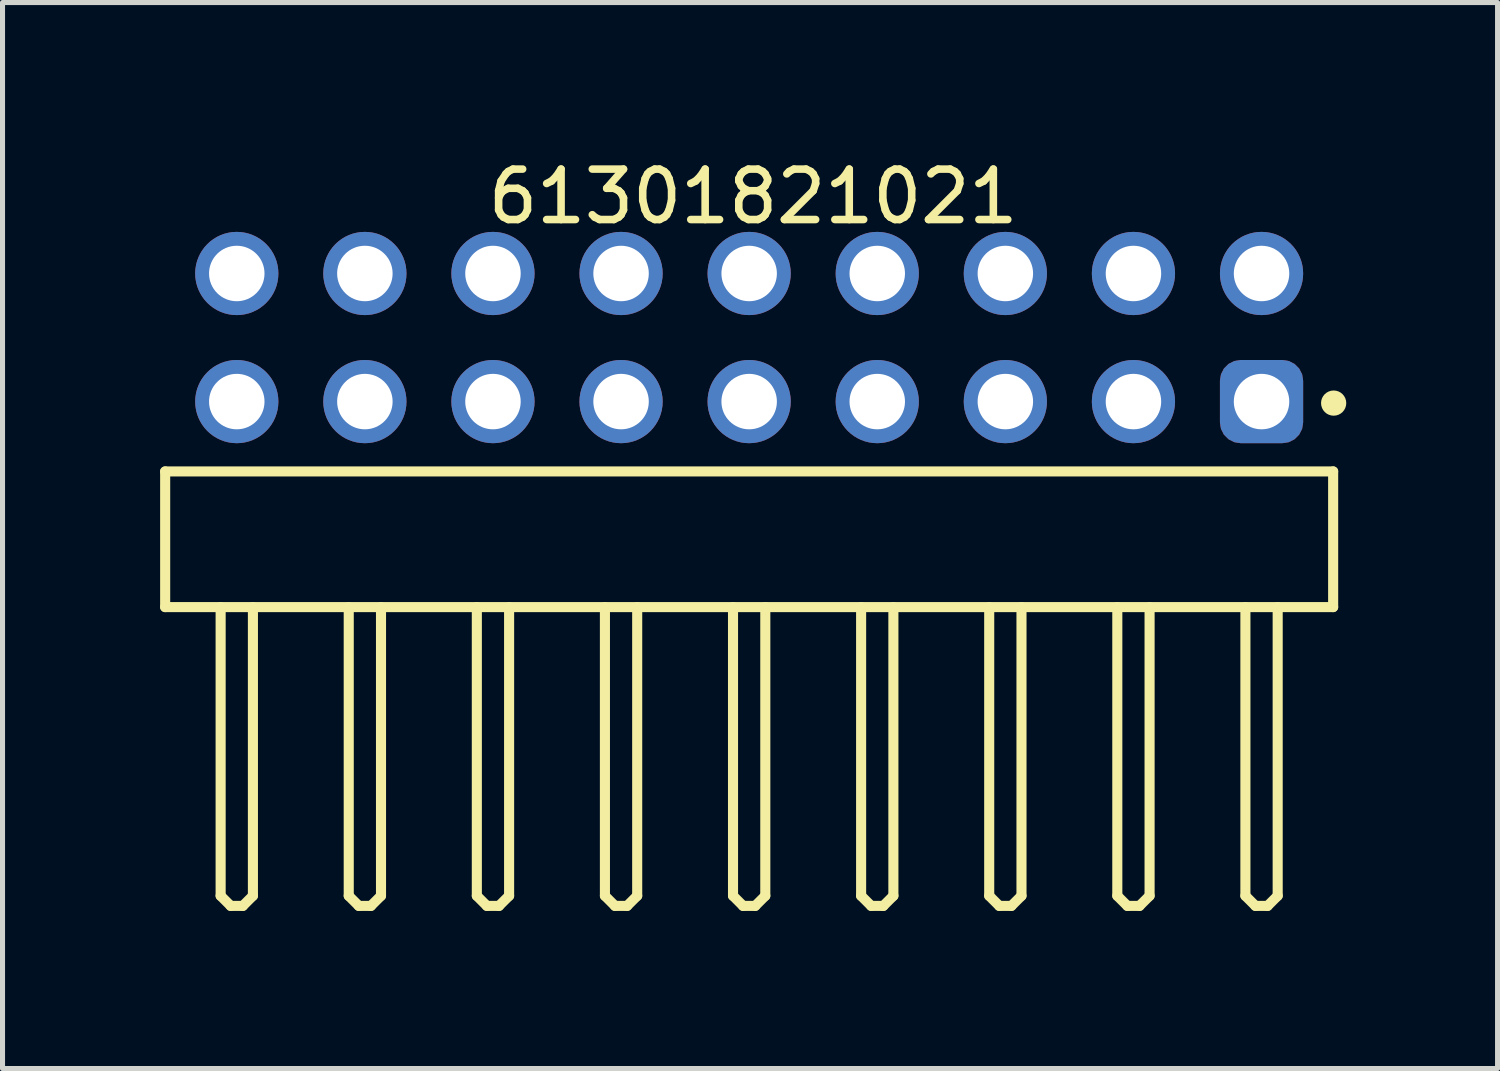
<source format=kicad_pcb>
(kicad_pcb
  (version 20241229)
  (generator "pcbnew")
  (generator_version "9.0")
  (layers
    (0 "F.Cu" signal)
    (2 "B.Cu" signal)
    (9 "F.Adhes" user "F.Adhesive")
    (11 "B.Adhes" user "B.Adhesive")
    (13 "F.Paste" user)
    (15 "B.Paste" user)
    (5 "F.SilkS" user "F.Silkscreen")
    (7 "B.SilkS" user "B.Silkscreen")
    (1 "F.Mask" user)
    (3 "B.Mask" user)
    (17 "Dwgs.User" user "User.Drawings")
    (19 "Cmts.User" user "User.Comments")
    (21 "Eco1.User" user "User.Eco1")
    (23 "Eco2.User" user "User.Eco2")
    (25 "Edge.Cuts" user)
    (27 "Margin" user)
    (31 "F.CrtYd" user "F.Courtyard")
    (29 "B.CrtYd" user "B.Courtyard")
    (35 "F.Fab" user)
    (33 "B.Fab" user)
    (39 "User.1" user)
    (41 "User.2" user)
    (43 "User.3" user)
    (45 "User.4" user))
  (footprint "61301821021"
    (layer "F.Cu")
    (at 11.805 7.643)
    (property "Reference" "61301821021" (at 0.08 -6.795 0) (layer "F.SilkS") (effects (font (size 1 1) (thickness 0.15))))
    (fp_line (start -11.58 -1.345) (end 11.58 -1.345) (stroke (width 0.2) (type solid)) (layer "F.SilkS"))
    (fp_line (start -11.58 1.345) (end -11.58 -1.345) (stroke (width 0.2) (type solid)) (layer "F.SilkS"))
    (fp_line (start -11.58 1.345) (end 11.58 1.345) (stroke (width 0.2) (type solid)) (layer "F.SilkS"))
    (fp_line (start -10.48 7.07) (end -10.48 1.345) (stroke (width 0.2) (type solid)) (layer "F.SilkS"))
    (fp_line (start -10.48 7.07) (end -10.28 7.27) (stroke (width 0.2) (type solid)) (layer "F.SilkS"))
    (fp_line (start -10.28 7.27) (end -10.04 7.27) (stroke (width 0.2) (type solid)) (layer "F.SilkS"))
    (fp_line (start -10.04 7.27) (end -9.84 7.07) (stroke (width 0.2) (type solid)) (layer "F.SilkS"))
    (fp_line (start -9.84 7.07) (end -9.84 1.345) (stroke (width 0.2) (type solid)) (layer "F.SilkS"))
    (fp_line (start -7.94 7.07) (end -7.94 1.345) (stroke (width 0.2) (type solid)) (layer "F.SilkS"))
    (fp_line (start -7.94 7.07) (end -7.74 7.27) (stroke (width 0.2) (type solid)) (layer "F.SilkS"))
    (fp_line (start -7.74 7.27) (end -7.5 7.27) (stroke (width 0.2) (type solid)) (layer "F.SilkS"))
    (fp_line (start -7.5 7.27) (end -7.3 7.07) (stroke (width 0.2) (type solid)) (layer "F.SilkS"))
    (fp_line (start -7.3 7.07) (end -7.3 1.345) (stroke (width 0.2) (type solid)) (layer "F.SilkS"))
    (fp_line (start -5.4 7.07) (end -5.4 1.345) (stroke (width 0.2) (type solid)) (layer "F.SilkS"))
    (fp_line (start -5.4 7.07) (end -5.2 7.27) (stroke (width 0.2) (type solid)) (layer "F.SilkS"))
    (fp_line (start -5.2 7.27) (end -4.96 7.27) (stroke (width 0.2) (type solid)) (layer "F.SilkS"))
    (fp_line (start -4.96 7.27) (end -4.76 7.07) (stroke (width 0.2) (type solid)) (layer "F.SilkS"))
    (fp_line (start -4.76 7.07) (end -4.76 1.345) (stroke (width 0.2) (type solid)) (layer "F.SilkS"))
    (fp_line (start -2.86 7.07) (end -2.86 1.345) (stroke (width 0.2) (type solid)) (layer "F.SilkS"))
    (fp_line (start -2.86 7.07) (end -2.66 7.27) (stroke (width 0.2) (type solid)) (layer "F.SilkS"))
    (fp_line (start -2.66 7.27) (end -2.42 7.27) (stroke (width 0.2) (type solid)) (layer "F.SilkS"))
    (fp_line (start -2.42 7.27) (end -2.22 7.07) (stroke (width 0.2) (type solid)) (layer "F.SilkS"))
    (fp_line (start -2.22 7.07) (end -2.22 1.345) (stroke (width 0.2) (type solid)) (layer "F.SilkS"))
    (fp_line (start -0.32 7.07) (end -0.32 1.345) (stroke (width 0.2) (type solid)) (layer "F.SilkS"))
    (fp_line (start -0.32 7.07) (end -0.12 7.27) (stroke (width 0.2) (type solid)) (layer "F.SilkS"))
    (fp_line (start -0.12 7.27) (end 0.12 7.27) (stroke (width 0.2) (type solid)) (layer "F.SilkS"))
    (fp_line (start 0.12 7.27) (end 0.32 7.07) (stroke (width 0.2) (type solid)) (layer "F.SilkS"))
    (fp_line (start 0.32 7.07) (end 0.32 1.345) (stroke (width 0.2) (type solid)) (layer "F.SilkS"))
    (fp_line (start 2.22 7.07) (end 2.22 1.345) (stroke (width 0.2) (type solid)) (layer "F.SilkS"))
    (fp_line (start 2.22 7.07) (end 2.42 7.27) (stroke (width 0.2) (type solid)) (layer "F.SilkS"))
    (fp_line (start 2.42 7.27) (end 2.66 7.27) (stroke (width 0.2) (type solid)) (layer "F.SilkS"))
    (fp_line (start 2.66 7.27) (end 2.86 7.07) (stroke (width 0.2) (type solid)) (layer "F.SilkS"))
    (fp_line (start 2.86 7.07) (end 2.86 1.345) (stroke (width 0.2) (type solid)) (layer "F.SilkS"))
    (fp_line (start 4.76 7.07) (end 4.76 1.345) (stroke (width 0.2) (type solid)) (layer "F.SilkS"))
    (fp_line (start 4.76 7.07) (end 4.96 7.27) (stroke (width 0.2) (type solid)) (layer "F.SilkS"))
    (fp_line (start 4.96 7.27) (end 5.2 7.27) (stroke (width 0.2) (type solid)) (layer "F.SilkS"))
    (fp_line (start 5.2 7.27) (end 5.4 7.07) (stroke (width 0.2) (type solid)) (layer "F.SilkS"))
    (fp_line (start 5.4 7.07) (end 5.4 1.345) (stroke (width 0.2) (type solid)) (layer "F.SilkS"))
    (fp_line (start 7.3 7.07) (end 7.3 1.345) (stroke (width 0.2) (type solid)) (layer "F.SilkS"))
    (fp_line (start 7.3 7.07) (end 7.5 7.27) (stroke (width 0.2) (type solid)) (layer "F.SilkS"))
    (fp_line (start 7.5 7.27) (end 7.74 7.27) (stroke (width 0.2) (type solid)) (layer "F.SilkS"))
    (fp_line (start 7.74 7.27) (end 7.94 7.07) (stroke (width 0.2) (type solid)) (layer "F.SilkS"))
    (fp_line (start 7.94 7.07) (end 7.94 1.345) (stroke (width 0.2) (type solid)) (layer "F.SilkS"))
    (fp_line (start 9.84 7.07) (end 9.84 1.345) (stroke (width 0.2) (type solid)) (layer "F.SilkS"))
    (fp_line (start 9.84 7.07) (end 10.04 7.27) (stroke (width 0.2) (type solid)) (layer "F.SilkS"))
    (fp_line (start 10.04 7.27) (end 10.28 7.27) (stroke (width 0.2) (type solid)) (layer "F.SilkS"))
    (fp_line (start 10.28 7.27) (end 10.48 7.07) (stroke (width 0.2) (type solid)) (layer "F.SilkS"))
    (fp_line (start 10.48 7.07) (end 10.48 1.345) (stroke (width 0.2) (type solid)) (layer "F.SilkS"))
    (fp_line (start 11.58 1.345) (end 11.58 -1.345) (stroke (width 0.2) (type solid)) (layer "F.SilkS"))
    (fp_circle (center 11.59 -2.7) (end 11.59 -2.825) (stroke (width 0.25) (type solid)) (fill no) (layer "F.SilkS"))
    (fp_line (start -11.78 -6.295) (end 11.78 -6.295) (stroke (width 0.05) (type solid)) (layer "Eco2.User"))
    (fp_line (start -11.78 7.47) (end -11.78 -6.295) (stroke (width 0.05) (type solid)) (layer "Eco2.User"))
    (fp_line (start -11.78 7.47) (end 11.78 7.47) (stroke (width 0.05) (type solid)) (layer "Eco2.User"))
    (fp_line (start -11.43 -1.27) (end 11.43 -1.27) (stroke (width 0.1) (type solid)) (layer "Eco2.User"))
    (fp_line (start -11.43 1.27) (end -11.43 -1.27) (stroke (width 0.1) (type solid)) (layer "Eco2.User"))
    (fp_line (start -11.43 1.27) (end 11.43 1.27) (stroke (width 0.1) (type solid)) (layer "Eco2.User"))
    (fp_line (start -10.48 -5.63) (end -9.84 -5.63) (stroke (width 0.1) (type solid)) (layer "Eco2.User"))
    (fp_line (start -10.48 -3.09) (end -9.84 -3.09) (stroke (width 0.1) (type solid)) (layer "Eco2.User"))
    (fp_line (start -10.48 -1.27) (end -10.48 -5.63) (stroke (width 0.1) (type solid)) (layer "Eco2.User"))
    (fp_line (start -10.48 7.07) (end -10.48 1.27) (stroke (width 0.1) (type solid)) (layer "Eco2.User"))
    (fp_line (start -10.48 7.07) (end -10.28 7.27) (stroke (width 0.1) (type solid)) (layer "Eco2.User"))
    (fp_line (start -10.28 7.27) (end -10.04 7.27) (stroke (width 0.1) (type solid)) (layer "Eco2.User"))
    (fp_line (start -10.04 7.27) (end -9.84 7.07) (stroke (width 0.1) (type solid)) (layer "Eco2.User"))
    (fp_line (start -9.84 -1.27) (end -9.84 -5.63) (stroke (width 0.1) (type solid)) (layer "Eco2.User"))
    (fp_line (start -9.84 7.07) (end -9.84 1.27) (stroke (width 0.1) (type solid)) (layer "Eco2.User"))
    (fp_line (start -7.94 -5.63) (end -7.3 -5.63) (stroke (width 0.1) (type solid)) (layer "Eco2.User"))
    (fp_line (start -7.94 -3.09) (end -7.3 -3.09) (stroke (width 0.1) (type solid)) (layer "Eco2.User"))
    (fp_line (start -7.94 -1.27) (end -7.94 -5.63) (stroke (width 0.1) (type solid)) (layer "Eco2.User"))
    (fp_line (start -7.94 7.07) (end -7.94 1.27) (stroke (width 0.1) (type solid)) (layer "Eco2.User"))
    (fp_line (start -7.94 7.07) (end -7.74 7.27) (stroke (width 0.1) (type solid)) (layer "Eco2.User"))
    (fp_line (start -7.74 7.27) (end -7.5 7.27) (stroke (width 0.1) (type solid)) (layer "Eco2.User"))
    (fp_line (start -7.5 7.27) (end -7.3 7.07) (stroke (width 0.1) (type solid)) (layer "Eco2.User"))
    (fp_line (start -7.3 -1.27) (end -7.3 -5.63) (stroke (width 0.1) (type solid)) (layer "Eco2.User"))
    (fp_line (start -7.3 7.07) (end -7.3 1.27) (stroke (width 0.1) (type solid)) (layer "Eco2.User"))
    (fp_line (start -5.4 -5.63) (end -4.76 -5.63) (stroke (width 0.1) (type solid)) (layer "Eco2.User"))
    (fp_line (start -5.4 -3.09) (end -4.76 -3.09) (stroke (width 0.1) (type solid)) (layer "Eco2.User"))
    (fp_line (start -5.4 -1.27) (end -5.4 -5.63) (stroke (width 0.1) (type solid)) (layer "Eco2.User"))
    (fp_line (start -5.4 7.07) (end -5.4 1.27) (stroke (width 0.1) (type solid)) (layer "Eco2.User"))
    (fp_line (start -5.4 7.07) (end -5.2 7.27) (stroke (width 0.1) (type solid)) (layer "Eco2.User"))
    (fp_line (start -5.2 7.27) (end -4.96 7.27) (stroke (width 0.1) (type solid)) (layer "Eco2.User"))
    (fp_line (start -4.96 7.27) (end -4.76 7.07) (stroke (width 0.1) (type solid)) (layer "Eco2.User"))
    (fp_line (start -4.76 -1.27) (end -4.76 -5.63) (stroke (width 0.1) (type solid)) (layer "Eco2.User"))
    (fp_line (start -4.76 7.07) (end -4.76 1.27) (stroke (width 0.1) (type solid)) (layer "Eco2.User"))
    (fp_line (start -2.86 -5.63) (end -2.22 -5.63) (stroke (width 0.1) (type solid)) (layer "Eco2.User"))
    (fp_line (start -2.86 -3.09) (end -2.22 -3.09) (stroke (width 0.1) (type solid)) (layer "Eco2.User"))
    (fp_line (start -2.86 -1.27) (end -2.86 -5.63) (stroke (width 0.1) (type solid)) (layer "Eco2.User"))
    (fp_line (start -2.86 7.07) (end -2.86 1.27) (stroke (width 0.1) (type solid)) (layer "Eco2.User"))
    (fp_line (start -2.86 7.07) (end -2.66 7.27) (stroke (width 0.1) (type solid)) (layer "Eco2.User"))
    (fp_line (start -2.66 7.27) (end -2.42 7.27) (stroke (width 0.1) (type solid)) (layer "Eco2.User"))
    (fp_line (start -2.42 7.27) (end -2.22 7.07) (stroke (width 0.1) (type solid)) (layer "Eco2.User"))
    (fp_line (start -2.22 -1.27) (end -2.22 -5.63) (stroke (width 0.1) (type solid)) (layer "Eco2.User"))
    (fp_line (start -2.22 7.07) (end -2.22 1.27) (stroke (width 0.1) (type solid)) (layer "Eco2.User"))
    (fp_line (start -0.5 0) (end 0.5 0) (stroke (width 0.05) (type solid)) (layer "Eco2.User"))
    (fp_line (start -0.32 -5.63) (end 0.32 -5.63) (stroke (width 0.1) (type solid)) (layer "Eco2.User"))
    (fp_line (start -0.32 -3.09) (end 0.32 -3.09) (stroke (width 0.1) (type solid)) (layer "Eco2.User"))
    (fp_line (start -0.32 -1.27) (end -0.32 -5.63) (stroke (width 0.1) (type solid)) (layer "Eco2.User"))
    (fp_line (start -0.32 7.07) (end -0.32 1.27) (stroke (width 0.1) (type solid)) (layer "Eco2.User"))
    (fp_line (start -0.32 7.07) (end -0.12 7.27) (stroke (width 0.1) (type solid)) (layer "Eco2.User"))
    (fp_line (start -0.12 7.27) (end 0.12 7.27) (stroke (width 0.1) (type solid)) (layer "Eco2.User"))
    (fp_line (start 0 0.5) (end 0 -0.5) (stroke (width 0.05) (type solid)) (layer "Eco2.User"))
    (fp_line (start 0.12 7.27) (end 0.32 7.07) (stroke (width 0.1) (type solid)) (layer "Eco2.User"))
    (fp_line (start 0.32 -1.27) (end 0.32 -5.63) (stroke (width 0.1) (type solid)) (layer "Eco2.User"))
    (fp_line (start 0.32 7.07) (end 0.32 1.27) (stroke (width 0.1) (type solid)) (layer "Eco2.User"))
    (fp_line (start 2.22 -5.63) (end 2.86 -5.63) (stroke (width 0.1) (type solid)) (layer "Eco2.User"))
    (fp_line (start 2.22 -3.09) (end 2.86 -3.09) (stroke (width 0.1) (type solid)) (layer "Eco2.User"))
    (fp_line (start 2.22 -1.27) (end 2.22 -5.63) (stroke (width 0.1) (type solid)) (layer "Eco2.User"))
    (fp_line (start 2.22 7.07) (end 2.22 1.27) (stroke (width 0.1) (type solid)) (layer "Eco2.User"))
    (fp_line (start 2.22 7.07) (end 2.42 7.27) (stroke (width 0.1) (type solid)) (layer "Eco2.User"))
    (fp_line (start 2.42 7.27) (end 2.66 7.27) (stroke (width 0.1) (type solid)) (layer "Eco2.User"))
    (fp_line (start 2.66 7.27) (end 2.86 7.07) (stroke (width 0.1) (type solid)) (layer "Eco2.User"))
    (fp_line (start 2.86 -1.27) (end 2.86 -5.63) (stroke (width 0.1) (type solid)) (layer "Eco2.User"))
    (fp_line (start 2.86 7.07) (end 2.86 1.27) (stroke (width 0.1) (type solid)) (layer "Eco2.User"))
    (fp_line (start 4.76 -5.63) (end 5.4 -5.63) (stroke (width 0.1) (type solid)) (layer "Eco2.User"))
    (fp_line (start 4.76 -3.09) (end 5.4 -3.09) (stroke (width 0.1) (type solid)) (layer "Eco2.User"))
    (fp_line (start 4.76 -3.09) (end 5.4 -3.09) (stroke (width 0.1) (type solid)) (layer "Eco2.User"))
    (fp_line (start 4.76 -1.27) (end 4.76 -5.63) (stroke (width 0.1) (type solid)) (layer "Eco2.User"))
    (fp_line (start 4.76 7.07) (end 4.76 1.27) (stroke (width 0.1) (type solid)) (layer "Eco2.User"))
    (fp_line (start 4.76 7.07) (end 4.96 7.27) (stroke (width 0.1) (type solid)) (layer "Eco2.User"))
    (fp_line (start 4.96 7.27) (end 5.2 7.27) (stroke (width 0.1) (type solid)) (layer "Eco2.User"))
    (fp_line (start 5.2 7.27) (end 5.4 7.07) (stroke (width 0.1) (type solid)) (layer "Eco2.User"))
    (fp_line (start 5.4 -1.27) (end 5.4 -5.63) (stroke (width 0.1) (type solid)) (layer "Eco2.User"))
    (fp_line (start 5.4 7.07) (end 5.4 1.27) (stroke (width 0.1) (type solid)) (layer "Eco2.User"))
    (fp_line (start 7.3 -5.63) (end 7.94 -5.63) (stroke (width 0.1) (type solid)) (layer "Eco2.User"))
    (fp_line (start 7.3 -3.09) (end 7.94 -3.09) (stroke (width 0.1) (type solid)) (layer "Eco2.User"))
    (fp_line (start 7.3 -1.27) (end 7.3 -5.63) (stroke (width 0.1) (type solid)) (layer "Eco2.User"))
    (fp_line (start 7.3 7.07) (end 7.3 1.27) (stroke (width 0.1) (type solid)) (layer "Eco2.User"))
    (fp_line (start 7.3 7.07) (end 7.5 7.27) (stroke (width 0.1) (type solid)) (layer "Eco2.User"))
    (fp_line (start 7.5 7.27) (end 7.74 7.27) (stroke (width 0.1) (type solid)) (layer "Eco2.User"))
    (fp_line (start 7.74 7.27) (end 7.94 7.07) (stroke (width 0.1) (type solid)) (layer "Eco2.User"))
    (fp_line (start 7.94 -1.27) (end 7.94 -5.63) (stroke (width 0.1) (type solid)) (layer "Eco2.User"))
    (fp_line (start 7.94 7.07) (end 7.94 1.27) (stroke (width 0.1) (type solid)) (layer "Eco2.User"))
    (fp_line (start 9.84 -5.63) (end 10.48 -5.63) (stroke (width 0.1) (type solid)) (layer "Eco2.User"))
    (fp_line (start 9.84 -3.09) (end 10.48 -3.09) (stroke (width 0.1) (type solid)) (layer "Eco2.User"))
    (fp_line (start 9.84 -1.27) (end 9.84 -5.63) (stroke (width 0.1) (type solid)) (layer "Eco2.User"))
    (fp_line (start 9.84 7.07) (end 9.84 1.27) (stroke (width 0.1) (type solid)) (layer "Eco2.User"))
    (fp_line (start 9.84 7.07) (end 10.04 7.27) (stroke (width 0.1) (type solid)) (layer "Eco2.User"))
    (fp_line (start 10.04 7.27) (end 10.28 7.27) (stroke (width 0.1) (type solid)) (layer "Eco2.User"))
    (fp_line (start 10.28 7.27) (end 10.48 7.07) (stroke (width 0.1) (type solid)) (layer "Eco2.User"))
    (fp_line (start 10.48 -1.27) (end 10.48 -5.63) (stroke (width 0.1) (type solid)) (layer "Eco2.User"))
    (fp_line (start 10.48 7.07) (end 10.48 1.27) (stroke (width 0.1) (type solid)) (layer "Eco2.User"))
    (fp_line (start 11.43 1.27) (end 11.43 -1.27) (stroke (width 0.1) (type solid)) (layer "Eco2.User"))
    (fp_line (start 11.78 7.47) (end 11.78 -6.295) (stroke (width 0.05) (type solid)) (layer "Eco2.User"))
    (fp_text user "${REFERENCE}" (at 0.15 -0.197 0) (unlocked yes) (layer "User.3") (effects (font (size 1.5 1.5) (thickness 0.15))))
    (pad "1" thru_hole roundrect (at 10.16 -2.73) (size 1.65 1.65) (drill 1.1) (layers "*.Cu" "*.Mask") (roundrect_rratio 0.25))
    (pad "2" thru_hole circle (at 10.16 -5.27) (size 1.65 1.65) (drill 1.1) (layers "*.Cu" "*.Mask"))
    (pad "3" thru_hole circle (at 7.62 -2.73) (size 1.65 1.65) (drill 1.1) (layers "*.Cu" "*.Mask"))
    (pad "4" thru_hole circle (at 7.62 -5.27) (size 1.65 1.65) (drill 1.1) (layers "*.Cu" "*.Mask"))
    (pad "5" thru_hole circle (at 5.08 -2.73) (size 1.65 1.65) (drill 1.1) (layers "*.Cu" "*.Mask"))
    (pad "6" thru_hole circle (at 5.08 -5.27) (size 1.65 1.65) (drill 1.1) (layers "*.Cu" "*.Mask"))
    (pad "7" thru_hole circle (at 2.54 -2.73) (size 1.65 1.65) (drill 1.1) (layers "*.Cu" "*.Mask"))
    (pad "8" thru_hole circle (at 2.54 -5.27) (size 1.65 1.65) (drill 1.1) (layers "*.Cu" "*.Mask"))
    (pad "9" thru_hole circle (at 0 -2.73) (size 1.65 1.65) (drill 1.1) (layers "*.Cu" "*.Mask"))
    (pad "10" thru_hole circle (at 0 -5.27) (size 1.65 1.65) (drill 1.1) (layers "*.Cu" "*.Mask"))
    (pad "11" thru_hole circle (at -2.54 -2.73) (size 1.65 1.65) (drill 1.1) (layers "*.Cu" "*.Mask"))
    (pad "12" thru_hole circle (at -2.54 -5.27) (size 1.65 1.65) (drill 1.1) (layers "*.Cu" "*.Mask"))
    (pad "13" thru_hole circle (at -5.08 -2.73) (size 1.65 1.65) (drill 1.1) (layers "*.Cu" "*.Mask"))
    (pad "14" thru_hole circle (at -5.08 -5.27) (size 1.65 1.65) (drill 1.1) (layers "*.Cu" "*.Mask"))
    (pad "15" thru_hole circle (at -7.62 -2.73) (size 1.65 1.65) (drill 1.1) (layers "*.Cu" "*.Mask"))
    (pad "16" thru_hole circle (at -7.62 -5.27) (size 1.65 1.65) (drill 1.1) (layers "*.Cu" "*.Mask"))
    (pad "17" thru_hole circle (at -10.16 -2.73) (size 1.65 1.65) (drill 1.1) (layers "*.Cu" "*.Mask"))
    (pad "18" thru_hole circle (at -10.16 -5.27) (size 1.65 1.65) (drill 1.1) (layers "*.Cu" "*.Mask")))
  (gr_rect
    (start -3 -3)
    (end 26.645 18.138)
    (stroke (width 0.1) (type default))
    (fill no)
    (layer "Edge.Cuts")))
</source>
